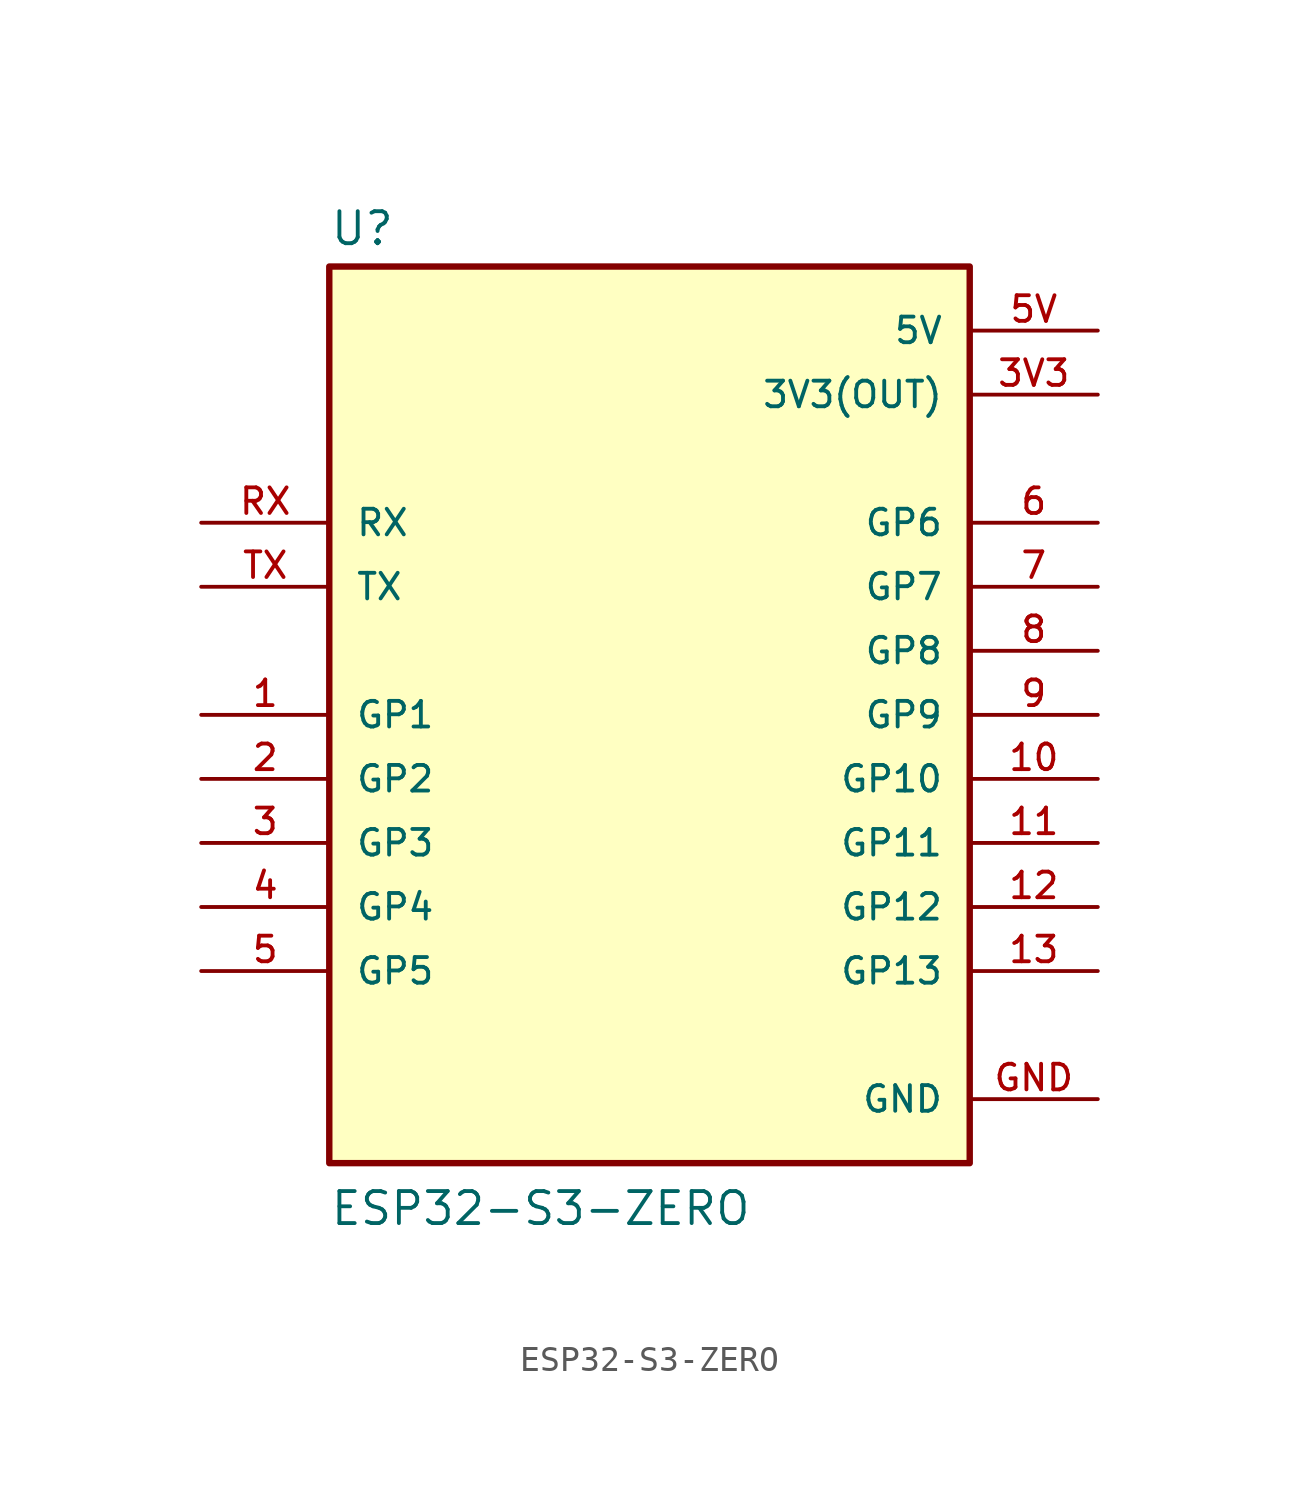
<source format=kicad_sym>
(kicad_symbol_lib
  (version 20211014)
  (generator kicad_symbol_editor)
  (symbol "ESP32-S3-ZERO"
    (pin_names
      (offset 1.016))
    (property "Reference" "U"
      (at -12.7 18.542 0)
      (effects (font (size 1.27 1.27)) (justify bottom left)))
    (property "Value" "ESP32-S3-ZERO"
      (at -12.7 -20.32 0)
      (effects (font (size 1.27 1.27)) (justify bottom left)))
    (symbol "ESP32-S3-ZERO_0_0"
      (rectangle (start -12.7 -17.78) (end 12.7 17.78) (stroke (width 0.254)) (fill (type background)))
      (pin bidirectional line (at 17.78 -10.16 180.0) (length 5.08) (name "GP13" (effects (font (size 1.016 1.016)))) (number "13" (effects (font (size 1.016 1.016)))))
      (pin bidirectional line (at 17.78 5.08 180.0) (length 5.08) (name "GP7" (effects (font (size 1.016 1.016)))) (number "7" (effects (font (size 1.016 1.016)))))
      (pin bidirectional line (at 17.78 7.62 180.0) (length 5.08) (name "GP6" (effects (font (size 1.016 1.016)))) (number "6" (effects (font (size 1.016 1.016)))))
      (pin bidirectional line (at -17.78 -10.16 0) (length 5.08) (name "GP5" (effects (font (size 1.016 1.016)))) (number "5" (effects (font (size 1.016 1.016)))))
      (pin bidirectional line (at -17.78 -7.62 0) (length 5.08) (name "GP4" (effects (font (size 1.016 1.016)))) (number "4" (effects (font (size 1.016 1.016)))))
      (pin power_in line (at 17.78 12.7 180.0) (length 5.08) (name "3V3(OUT)" (effects (font (size 1.016 1.016)))) (number "3V3" (effects (font (size 1.016 1.016)))))
      (pin power_in line (at 17.78 -15.24 180.0) (length 5.08) (name "GND" (effects (font (size 1.016 1.016)))) (number "GND" (effects (font (size 1.016 1.016)))))
      (pin power_in line (at 17.78 15.24 180.0) (length 5.08) (name "5V" (effects (font (size 1.016 1.016)))) (number "5V" (effects (font (size 1.016 1.016)))))
      (pin bidirectional line (at 17.78 -7.62 180.0) (length 5.08) (name "GP12" (effects (font (size 1.016 1.016)))) (number "12" (effects (font (size 1.016 1.016)))))
      (pin bidirectional line (at 17.78 -5.08 180.0) (length 5.08) (name "GP11" (effects (font (size 1.016 1.016)))) (number "11" (effects (font (size 1.016 1.016)))))
      (pin bidirectional line (at 17.78 -2.54 180.0) (length 5.08) (name "GP10" (effects (font (size 1.016 1.016)))) (number "10" (effects (font (size 1.016 1.016)))))
      (pin bidirectional line (at 17.78 0.0 180.0) (length 5.08) (name "GP9" (effects (font (size 1.016 1.016)))) (number "9" (effects (font (size 1.016 1.016)))))
      (pin bidirectional line (at 17.78 2.54 180.0) (length 5.08) (name "GP8" (effects (font (size 1.016 1.016)))) (number "8" (effects (font (size 1.016 1.016)))))
      (pin bidirectional line (at -17.78 -5.08 0) (length 5.08) (name "GP3" (effects (font (size 1.016 1.016)))) (number "3" (effects (font (size 1.016 1.016)))))
      (pin bidirectional line (at -17.78 -2.54 0) (length 5.08) (name "GP2" (effects (font (size 1.016 1.016)))) (number "2" (effects (font (size 1.016 1.016)))))
      (pin bidirectional line (at -17.78 0.0 0) (length 5.08) (name "GP1" (effects (font (size 1.016 1.016)))) (number "1" (effects (font (size 1.016 1.016)))))
      (pin input line (at -17.78 7.62 0) (length 5.08) (name "RX" (effects (font (size 1.016 1.016)))) (number "RX" (effects (font (size 1.016 1.016)))))
      (pin output line (at -17.78 5.08 0) (length 5.08) (name "TX" (effects (font (size 1.016 1.016)))) (number "TX" (effects (font (size 1.016 1.016))))))))
</source>
